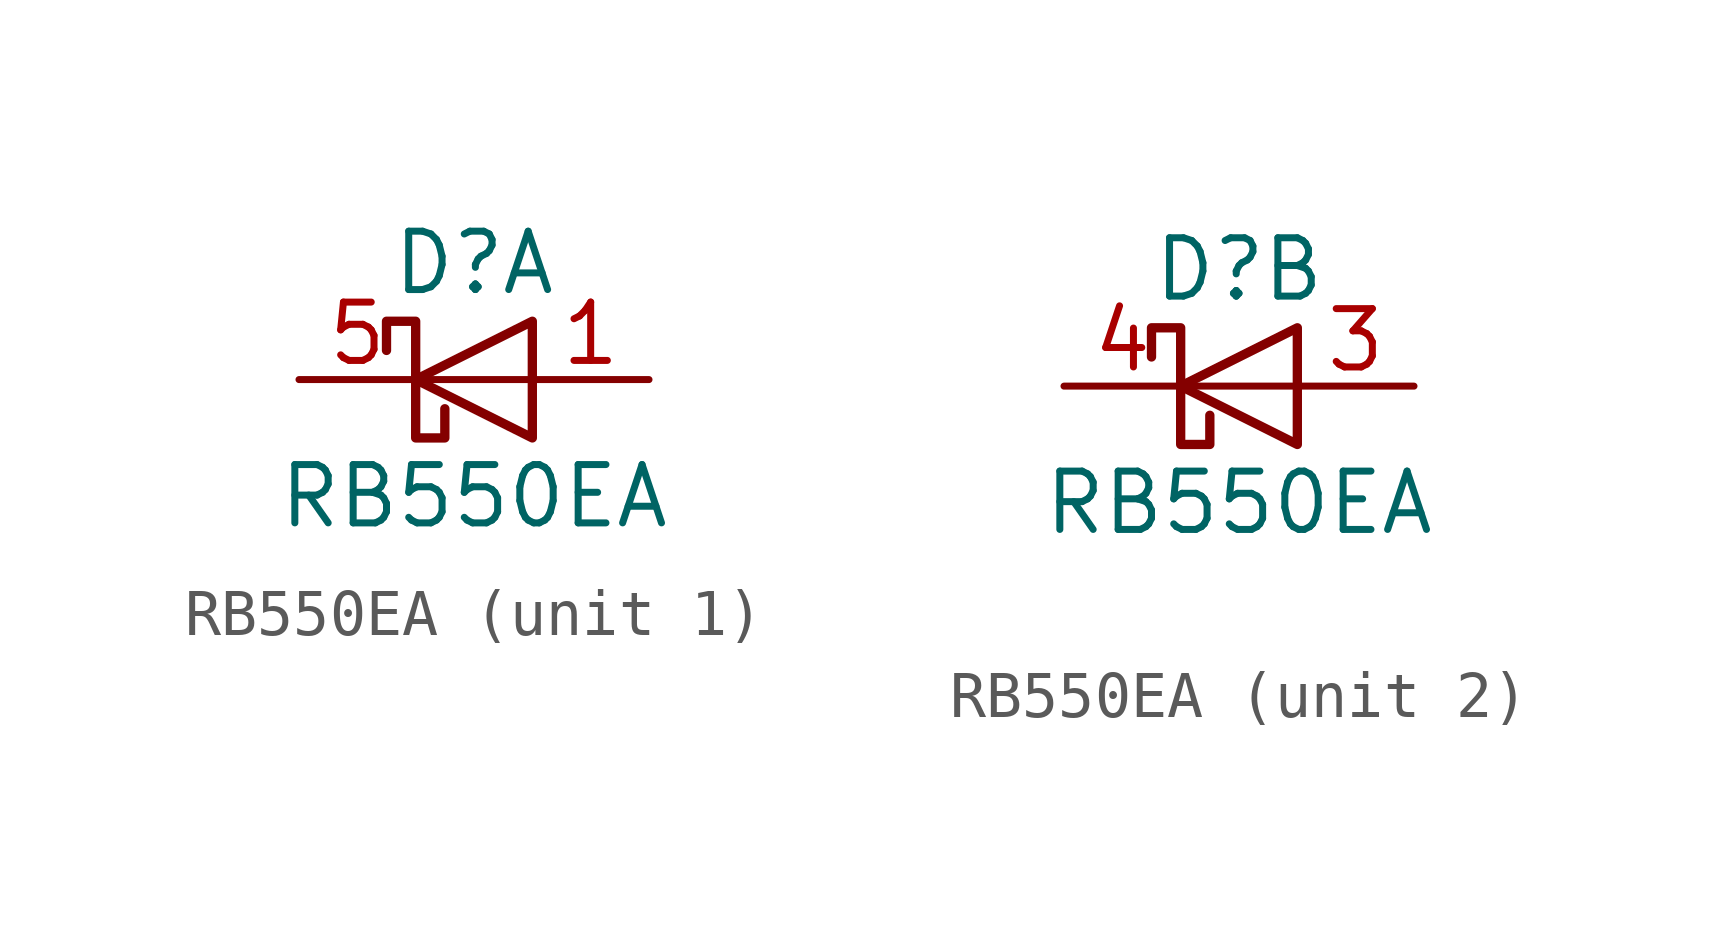
<source format=kicad_sym>
(kicad_symbol_lib
  (version 20211014)
  (generator kicad_symbol_editor)
  (symbol "RB550EA"
    (pin_names
      (offset 1.016) hide)
    (property "Reference" "D"
      (at 0 2.54 0)
      (effects (font (size 1.27 1.27))))
    (property "Value" "RB550EA"
      (at 0 -2.54 0)
      (effects (font (size 1.27 1.27))))
    (property "ki_locked" ""
      (at 0 0 0)
      (effects (font (size 1.27 1.27))))
    (symbol "RB550EA_0_1"
      (polyline (pts (xy 1.27 0) (xy -1.27 0)) (stroke (width 0) (type default)) (fill (type none)))
      (polyline (pts (xy 1.27 1.27) (xy 1.27 -1.27) (xy -1.27 0) (xy 1.27 1.27)) (stroke (width 0.203) (type default)) (fill (type none)))
      (polyline (pts (xy -1.905 0.635) (xy -1.905 1.27) (xy -1.27 1.27) (xy -1.27 -1.27) (xy -0.635 -1.27) (xy -0.635 -0.635)) (stroke (width 0.203) (type default)) (fill (type none))))
    (symbol "RB550EA_1_1"
      (pin passive line (at 3.81 0 180) (length 2.54) (name "A" (effects (font (size 1.27 1.27)))) (number "1" (effects (font (size 1.27 1.27)))))
      (pin passive line (at -3.81 0 0) (length 2.54) (name "K" (effects (font (size 1.27 1.27)))) (number "5" (effects (font (size 1.27 1.27))))))
    (symbol "RB550EA_2_1"
      (pin no_connect line (at -2.54 -5.08 0) (length 2.54) hide (name "NC" (effects (font (size 1.27 1.27)))) (number "2" (effects (font (size 1.27 1.27)))))
      (pin passive line (at 3.81 0 180) (length 2.54) (name "A" (effects (font (size 1.27 1.27)))) (number "3" (effects (font (size 1.27 1.27)))))
      (pin passive line (at -3.81 0 0) (length 2.54) (name "K" (effects (font (size 1.27 1.27)))) (number "4" (effects (font (size 1.27 1.27))))))))
</source>
